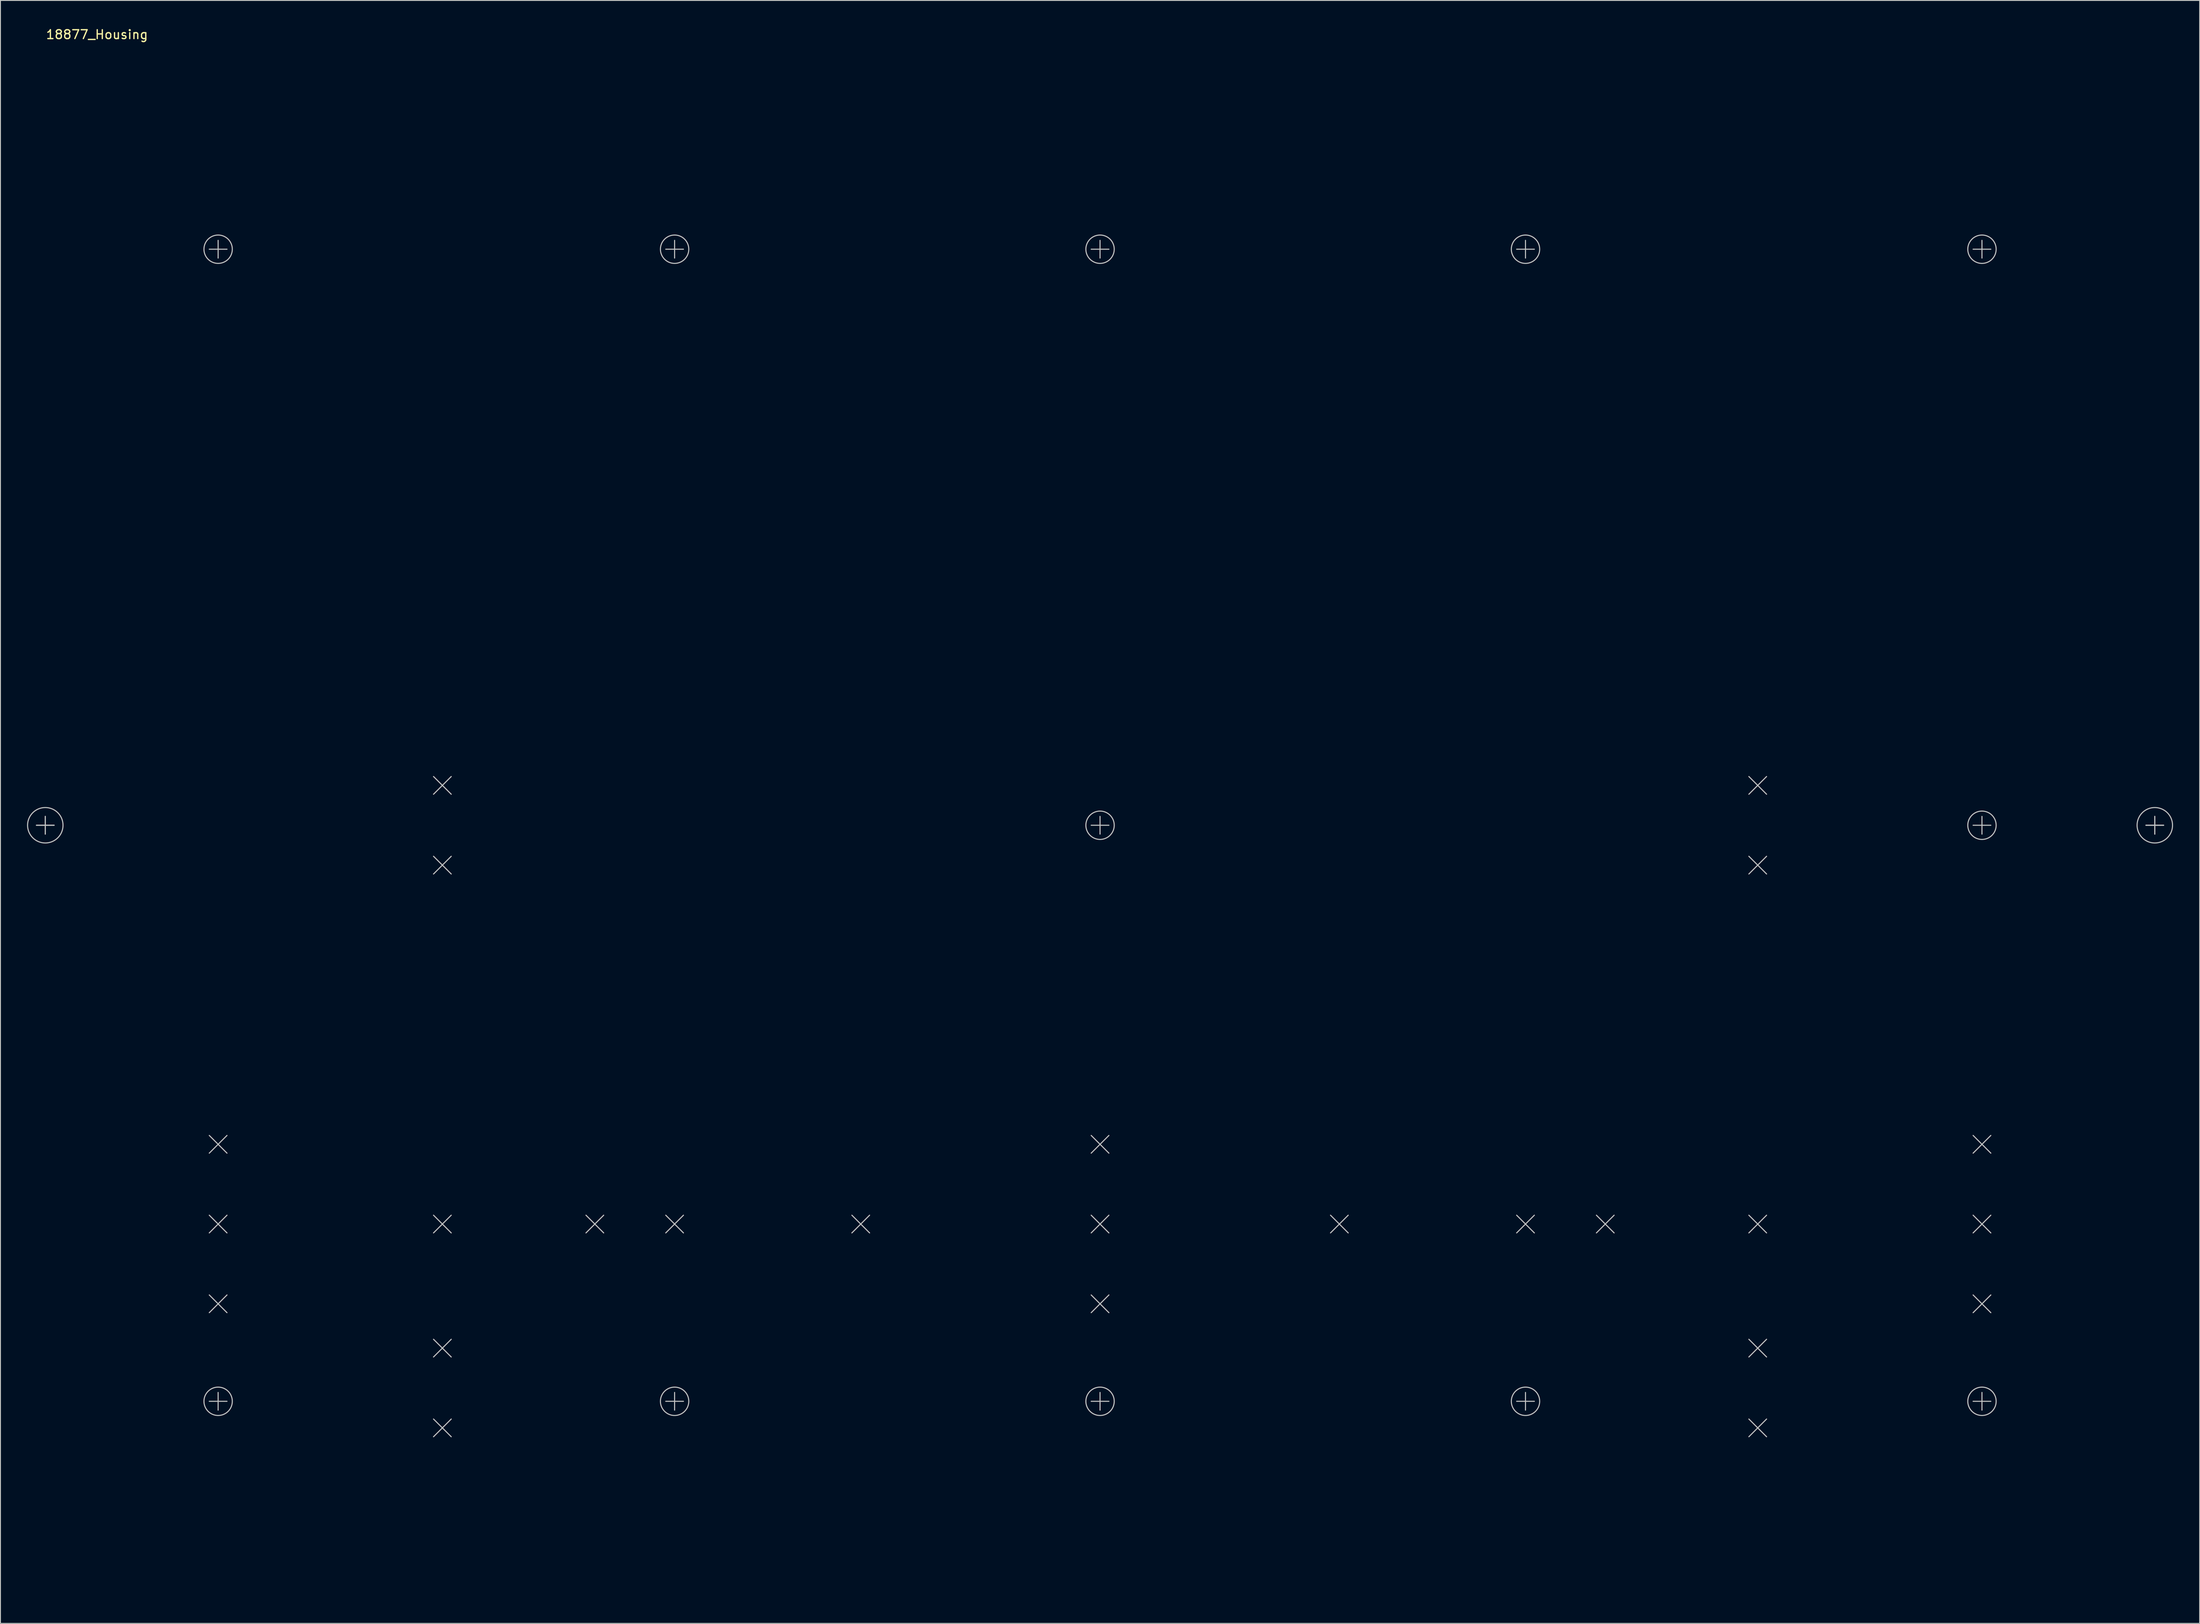
<source format=kicad_pcb>
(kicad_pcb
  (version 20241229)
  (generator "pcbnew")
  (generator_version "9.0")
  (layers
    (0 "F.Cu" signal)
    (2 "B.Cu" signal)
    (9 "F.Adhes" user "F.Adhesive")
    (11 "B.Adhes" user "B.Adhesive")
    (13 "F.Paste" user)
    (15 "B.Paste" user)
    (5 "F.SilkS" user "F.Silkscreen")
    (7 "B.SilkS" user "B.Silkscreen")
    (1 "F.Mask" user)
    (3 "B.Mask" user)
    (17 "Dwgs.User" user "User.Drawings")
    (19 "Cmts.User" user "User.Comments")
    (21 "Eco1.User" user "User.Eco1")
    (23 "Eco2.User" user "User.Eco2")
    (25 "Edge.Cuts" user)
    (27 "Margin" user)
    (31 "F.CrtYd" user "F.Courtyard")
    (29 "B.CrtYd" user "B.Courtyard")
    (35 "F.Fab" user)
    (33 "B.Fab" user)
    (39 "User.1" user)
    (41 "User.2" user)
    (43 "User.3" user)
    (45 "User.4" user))
  (footprint "18877_Housing"
    (layer "F.Cu")
    (at 2.06 3.071)
    (property "Reference" "18877_Housing" (at 0 -2.223 0) (layer "F.SilkS") (effects (font (size 1 1) (thickness 0.15)) (justify left)))
    (attr through_hole)
    (fp_line (start -1 87) (end 1 87) (stroke (width 0.12) (type solid)) (layer "Dwgs.User"))
    (fp_line (start -1 87) (end 1 87) (stroke (width 0.12) (type solid)) (layer "Dwgs.User"))
    (fp_line (start 0 86) (end 0 88) (stroke (width 0.12) (type solid)) (layer "Dwgs.User"))
    (fp_line (start 0 86) (end 0 88) (stroke (width 0.12) (type solid)) (layer "Dwgs.User"))
    (fp_line (start 18.5 22) (end 20.5 22) (stroke (width 0.12) (type solid)) (layer "Dwgs.User"))
    (fp_line (start 18.5 124) (end 20.5 122) (stroke (width 0.12) (type solid)) (layer "Dwgs.User"))
    (fp_line (start 18.5 133) (end 20.5 131) (stroke (width 0.12) (type solid)) (layer "Dwgs.User"))
    (fp_line (start 18.5 142) (end 20.5 140) (stroke (width 0.12) (type solid)) (layer "Dwgs.User"))
    (fp_line (start 18.5 152) (end 20.5 152) (stroke (width 0.12) (type solid)) (layer "Dwgs.User"))
    (fp_line (start 19.5 21) (end 19.5 23) (stroke (width 0.12) (type solid)) (layer "Dwgs.User"))
    (fp_line (start 19.5 151) (end 19.5 153) (stroke (width 0.12) (type solid)) (layer "Dwgs.User"))
    (fp_line (start 20.5 124) (end 18.5 122) (stroke (width 0.12) (type solid)) (layer "Dwgs.User"))
    (fp_line (start 20.5 133) (end 18.5 131) (stroke (width 0.12) (type solid)) (layer "Dwgs.User"))
    (fp_line (start 20.5 142) (end 18.5 140) (stroke (width 0.12) (type solid)) (layer "Dwgs.User"))
    (fp_line (start 43.8 83.5) (end 45.8 81.5) (stroke (width 0.12) (type solid)) (layer "Dwgs.User"))
    (fp_line (start 43.8 92.5) (end 45.8 90.5) (stroke (width 0.12) (type solid)) (layer "Dwgs.User"))
    (fp_line (start 43.8 131) (end 45.8 133) (stroke (width 0.12) (type solid)) (layer "Dwgs.User"))
    (fp_line (start 43.8 133) (end 45.8 131) (stroke (width 0.12) (type solid)) (layer "Dwgs.User"))
    (fp_line (start 43.8 147) (end 45.8 145) (stroke (width 0.12) (type solid)) (layer "Dwgs.User"))
    (fp_line (start 43.8 156) (end 45.8 154) (stroke (width 0.12) (type solid)) (layer "Dwgs.User"))
    (fp_line (start 45.8 83.5) (end 43.8 81.5) (stroke (width 0.12) (type solid)) (layer "Dwgs.User"))
    (fp_line (start 45.8 92.5) (end 43.8 90.5) (stroke (width 0.12) (type solid)) (layer "Dwgs.User"))
    (fp_line (start 45.8 147) (end 43.8 145) (stroke (width 0.12) (type solid)) (layer "Dwgs.User"))
    (fp_line (start 45.8 156) (end 43.8 154) (stroke (width 0.12) (type solid)) (layer "Dwgs.User"))
    (fp_line (start 61 131) (end 63 133) (stroke (width 0.12) (type solid)) (layer "Dwgs.User"))
    (fp_line (start 61 133) (end 63 131) (stroke (width 0.12) (type solid)) (layer "Dwgs.User"))
    (fp_line (start 70 22) (end 72 22) (stroke (width 0.12) (type solid)) (layer "Dwgs.User"))
    (fp_line (start 70 131) (end 72 133) (stroke (width 0.12) (type solid)) (layer "Dwgs.User"))
    (fp_line (start 70 133) (end 72 131) (stroke (width 0.12) (type solid)) (layer "Dwgs.User"))
    (fp_line (start 70 152) (end 72 152) (stroke (width 0.12) (type solid)) (layer "Dwgs.User"))
    (fp_line (start 71 23) (end 71 21) (stroke (width 0.12) (type solid)) (layer "Dwgs.User"))
    (fp_line (start 71 151) (end 71 153) (stroke (width 0.12) (type solid)) (layer "Dwgs.User"))
    (fp_line (start 91 131) (end 93 133) (stroke (width 0.12) (type solid)) (layer "Dwgs.User"))
    (fp_line (start 91 133) (end 93 131) (stroke (width 0.12) (type solid)) (layer "Dwgs.User"))
    (fp_line (start 118 87) (end 120 87) (stroke (width 0.12) (type solid)) (layer "Dwgs.User"))
    (fp_line (start 118 122) (end 120 124) (stroke (width 0.12) (type solid)) (layer "Dwgs.User"))
    (fp_line (start 118 131) (end 120 133) (stroke (width 0.12) (type solid)) (layer "Dwgs.User"))
    (fp_line (start 118 133) (end 120 131) (stroke (width 0.12) (type solid)) (layer "Dwgs.User"))
    (fp_line (start 118 140) (end 120 142) (stroke (width 0.12) (type solid)) (layer "Dwgs.User"))
    (fp_line (start 118 142) (end 120 140) (stroke (width 0.12) (type solid)) (layer "Dwgs.User"))
    (fp_line (start 118 152) (end 120 152) (stroke (width 0.12) (type solid)) (layer "Dwgs.User"))
    (fp_line (start 119 23) (end 119 21) (stroke (width 0.12) (type solid)) (layer "Dwgs.User"))
    (fp_line (start 119 86) (end 119 88) (stroke (width 0.12) (type solid)) (layer "Dwgs.User"))
    (fp_line (start 119 151) (end 119 153) (stroke (width 0.12) (type solid)) (layer "Dwgs.User"))
    (fp_line (start 120 22) (end 118 22) (stroke (width 0.12) (type solid)) (layer "Dwgs.User"))
    (fp_line (start 120 122) (end 118 124) (stroke (width 0.12) (type solid)) (layer "Dwgs.User"))
    (fp_line (start 145 131) (end 147 133) (stroke (width 0.12) (type solid)) (layer "Dwgs.User"))
    (fp_line (start 145 133) (end 147 131) (stroke (width 0.12) (type solid)) (layer "Dwgs.User"))
    (fp_line (start 166 22) (end 168 22) (stroke (width 0.12) (type solid)) (layer "Dwgs.User"))
    (fp_line (start 166 131) (end 168 133) (stroke (width 0.12) (type solid)) (layer "Dwgs.User"))
    (fp_line (start 166 133) (end 168 131) (stroke (width 0.12) (type solid)) (layer "Dwgs.User"))
    (fp_line (start 166 152) (end 168 152) (stroke (width 0.12) (type solid)) (layer "Dwgs.User"))
    (fp_line (start 167 23) (end 167 21) (stroke (width 0.12) (type solid)) (layer "Dwgs.User"))
    (fp_line (start 167 151) (end 167 153) (stroke (width 0.12) (type solid)) (layer "Dwgs.User"))
    (fp_line (start 175 131) (end 177 133) (stroke (width 0.12) (type solid)) (layer "Dwgs.User"))
    (fp_line (start 177 131) (end 175 133) (stroke (width 0.12) (type solid)) (layer "Dwgs.User"))
    (fp_line (start 192.2 83.5) (end 194.2 81.5) (stroke (width 0.12) (type solid)) (layer "Dwgs.User"))
    (fp_line (start 192.2 92.5) (end 194.2 90.5) (stroke (width 0.12) (type solid)) (layer "Dwgs.User"))
    (fp_line (start 192.2 133) (end 194.2 131) (stroke (width 0.12) (type solid)) (layer "Dwgs.User"))
    (fp_line (start 192.2 147) (end 194.2 145) (stroke (width 0.12) (type solid)) (layer "Dwgs.User"))
    (fp_line (start 192.2 156) (end 194.2 154) (stroke (width 0.12) (type solid)) (layer "Dwgs.User"))
    (fp_line (start 194.2 83.5) (end 192.2 81.5) (stroke (width 0.12) (type solid)) (layer "Dwgs.User"))
    (fp_line (start 194.2 92.5) (end 192.2 90.5) (stroke (width 0.12) (type solid)) (layer "Dwgs.User"))
    (fp_line (start 194.2 133) (end 192.2 131) (stroke (width 0.12) (type solid)) (layer "Dwgs.User"))
    (fp_line (start 194.2 147) (end 192.2 145) (stroke (width 0.12) (type solid)) (layer "Dwgs.User"))
    (fp_line (start 194.2 156) (end 192.2 154) (stroke (width 0.12) (type solid)) (layer "Dwgs.User"))
    (fp_line (start 217.5 87) (end 219.5 87) (stroke (width 0.12) (type solid)) (layer "Dwgs.User"))
    (fp_line (start 217.5 122) (end 219.5 124) (stroke (width 0.12) (type solid)) (layer "Dwgs.User"))
    (fp_line (start 217.5 131) (end 219.5 133) (stroke (width 0.12) (type solid)) (layer "Dwgs.User"))
    (fp_line (start 217.5 133) (end 219.5 131) (stroke (width 0.12) (type solid)) (layer "Dwgs.User"))
    (fp_line (start 217.5 140) (end 219.5 142) (stroke (width 0.12) (type solid)) (layer "Dwgs.User"))
    (fp_line (start 217.5 142) (end 219.5 140) (stroke (width 0.12) (type solid)) (layer "Dwgs.User"))
    (fp_line (start 217.5 152) (end 219.5 152) (stroke (width 0.12) (type solid)) (layer "Dwgs.User"))
    (fp_line (start 218.5 23) (end 218.5 21) (stroke (width 0.12) (type solid)) (layer "Dwgs.User"))
    (fp_line (start 218.5 86) (end 218.5 88) (stroke (width 0.12) (type solid)) (layer "Dwgs.User"))
    (fp_line (start 218.5 153) (end 218.5 151) (stroke (width 0.12) (type solid)) (layer "Dwgs.User"))
    (fp_line (start 219.5 22) (end 217.5 22) (stroke (width 0.12) (type solid)) (layer "Dwgs.User"))
    (fp_line (start 219.5 122) (end 217.5 124) (stroke (width 0.12) (type solid)) (layer "Dwgs.User"))
    (fp_line (start 237 87) (end 239 87) (stroke (width 0.12) (type solid)) (layer "Dwgs.User"))
    (fp_line (start 237 87) (end 239 87) (stroke (width 0.12) (type solid)) (layer "Dwgs.User"))
    (fp_line (start 238 86) (end 238 88) (stroke (width 0.12) (type solid)) (layer "Dwgs.User"))
    (fp_line (start 238 86) (end 238 88) (stroke (width 0.12) (type solid)) (layer "Dwgs.User"))
    (fp_circle (center 0 87) (end 2 87) (stroke (width 0.12) (type solid)) (fill no) (layer "Dwgs.User"))
    (fp_circle (center 19.5 22) (end 21.1 22) (stroke (width 0.12) (type solid)) (fill no) (layer "Dwgs.User"))
    (fp_circle (center 19.5 152) (end 21.1 152) (stroke (width 0.12) (type solid)) (fill no) (layer "Dwgs.User"))
    (fp_circle (center 71 22) (end 72.6 22) (stroke (width 0.12) (type solid)) (fill no) (layer "Dwgs.User"))
    (fp_circle (center 71 152) (end 72.6 152) (stroke (width 0.12) (type solid)) (fill no) (layer "Dwgs.User"))
    (fp_circle (center 119 22) (end 120.6 22) (stroke (width 0.12) (type solid)) (fill no) (layer "Dwgs.User"))
    (fp_circle (center 119 87) (end 120.6 87) (stroke (width 0.12) (type solid)) (fill no) (layer "Dwgs.User"))
    (fp_circle (center 119 152) (end 120.6 152) (stroke (width 0.12) (type solid)) (fill no) (layer "Dwgs.User"))
    (fp_circle (center 167 22) (end 168.6 22) (stroke (width 0.12) (type solid)) (fill no) (layer "Dwgs.User"))
    (fp_circle (center 167 152) (end 168.6 152) (stroke (width 0.12) (type solid)) (fill no) (layer "Dwgs.User"))
    (fp_circle (center 218.5 22) (end 220.1 22) (stroke (width 0.12) (type solid)) (fill no) (layer "Dwgs.User"))
    (fp_circle (center 218.5 87) (end 220.1 87) (stroke (width 0.12) (type solid)) (fill no) (layer "Dwgs.User"))
    (fp_circle (center 218.5 152) (end 220.1 152) (stroke (width 0.12) (type solid)) (fill no) (layer "Dwgs.User"))
    (fp_circle (center 238 87) (end 240 87) (stroke (width 0.12) (type solid)) (fill no) (layer "Dwgs.User"))
    (fp_line (start 0 0) (end 238 0) (stroke (width 0.12) (type solid)) (layer "Eco1.User"))
    (fp_line (start 0 81) (end 0 0) (stroke (width 0.12) (type solid)) (layer "Eco1.User"))
    (fp_line (start 0 93) (end 0 174) (stroke (width 0.12) (type solid)) (layer "Eco1.User"))
    (fp_line (start 0 174) (end 238 174) (stroke (width 0.12) (type solid)) (layer "Eco1.User"))
    (fp_line (start 238 0) (end 238 81) (stroke (width 0.12) (type solid)) (layer "Eco1.User"))
    (fp_line (start 238 174) (end 238 93) (stroke (width 0.12) (type solid)) (layer "Eco1.User"))
    (fp_arc (start 0 81) (mid 6 87) (end 0 93) (stroke (width 0.12) (type solid)) (layer "Eco1.User"))
    (fp_arc (start 238 93) (mid 232 87) (end 238 81) (stroke (width 0.12) (type solid)) (layer "Eco1.User")))
  (gr_rect
    (start -3 -3)
    (end 245.12 180.131)
    (stroke (width 0.1) (type default))
    (fill no)
    (layer "Edge.Cuts")))
</source>
